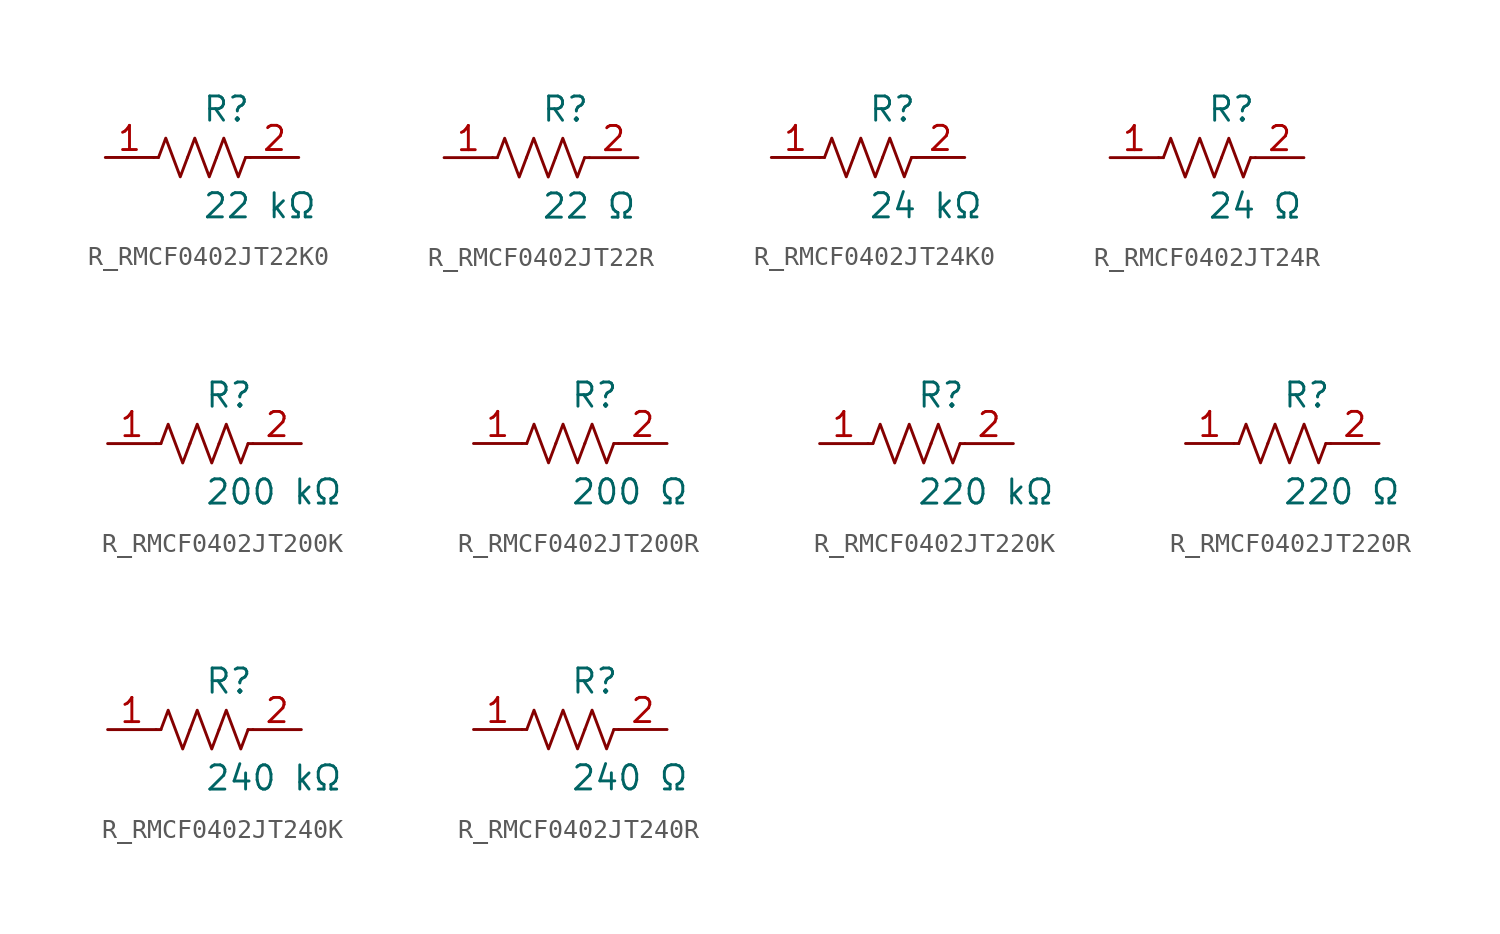
<source format=kicad_sym>
(kicad_symbol_lib
  (version 20231120)
  (generator kicad_symbol_editor)
  (generator_version 8.0)
  (symbol "R_RMCF0402JT22K0"
    (pin_names
      (offset 0.254))
    (property "Reference" "R"
      (at 0 2.54 0)
      (effects (font (size 1.27 1.27)) (justify left)))
    (property "Value" "22 kΩ"
      (at 0 -2.54 0)
      (effects (font (size 1.27 1.27)) (justify left)))
    (symbol "R_RMCF0402JT22K0_0_1"
      (polyline (pts (xy 2.286 0) (xy 2.54 0)) (stroke (width 0) (type default)) (fill (type none)))
      (polyline (pts (xy -2.286 0) (xy -2.54 0)) (stroke (width 0) (type default)) (fill (type none)))
      (polyline (pts (xy 0.762 0) (xy 1.143 1.016) (xy 1.524 0) (xy 1.905 -1.016) (xy 2.286 0)) (stroke (width 0) (type default)) (fill (type none)))
      (polyline (pts (xy -0.762 0) (xy -0.381 1.016) (xy 0 0) (xy 0.381 -1.016) (xy 0.762 0)) (stroke (width 0) (type default)) (fill (type none)))
      (polyline (pts (xy -2.286 0) (xy -1.905 1.016) (xy -1.524 0) (xy -1.143 -1.016) (xy -0.762 0)) (stroke (width 0) (type default)) (fill (type none))))
    (pin unspecified line
      (at -5.08 0 0)
      (length 2.54)
      (name "" (effects (font (size 1.27 1.27))))
      (number "1" (effects (font (size 1.27 1.27)))))
    (pin unspecified line
      (at 5.08 0 180)
      (length 2.54)
      (name "" (effects (font (size 1.27 1.27))))
      (number "2" (effects (font (size 1.27 1.27))))))
  (symbol "R_RMCF0402JT22R"
    (pin_names
      (offset 0.254))
    (property "Reference" "R"
      (at 0 2.54 0)
      (effects (font (size 1.27 1.27)) (justify left)))
    (property "Value" "22 Ω"
      (at 0 -2.54 0)
      (effects (font (size 1.27 1.27)) (justify left)))
    (symbol "R_RMCF0402JT22R_0_1"
      (polyline (pts (xy 2.286 0) (xy 2.54 0)) (stroke (width 0) (type default)) (fill (type none)))
      (polyline (pts (xy -2.286 0) (xy -2.54 0)) (stroke (width 0) (type default)) (fill (type none)))
      (polyline (pts (xy 0.762 0) (xy 1.143 1.016) (xy 1.524 0) (xy 1.905 -1.016) (xy 2.286 0)) (stroke (width 0) (type default)) (fill (type none)))
      (polyline (pts (xy -0.762 0) (xy -0.381 1.016) (xy 0 0) (xy 0.381 -1.016) (xy 0.762 0)) (stroke (width 0) (type default)) (fill (type none)))
      (polyline (pts (xy -2.286 0) (xy -1.905 1.016) (xy -1.524 0) (xy -1.143 -1.016) (xy -0.762 0)) (stroke (width 0) (type default)) (fill (type none))))
    (pin unspecified line
      (at -5.08 0 0)
      (length 2.54)
      (name "" (effects (font (size 1.27 1.27))))
      (number "1" (effects (font (size 1.27 1.27)))))
    (pin unspecified line
      (at 5.08 0 180)
      (length 2.54)
      (name "" (effects (font (size 1.27 1.27))))
      (number "2" (effects (font (size 1.27 1.27))))))
  (symbol "R_RMCF0402JT24K0"
    (pin_names
      (offset 0.254))
    (property "Reference" "R"
      (at 0 2.54 0)
      (effects (font (size 1.27 1.27)) (justify left)))
    (property "Value" "24 kΩ"
      (at 0 -2.54 0)
      (effects (font (size 1.27 1.27)) (justify left)))
    (symbol "R_RMCF0402JT24K0_0_1"
      (polyline (pts (xy 2.286 0) (xy 2.54 0)) (stroke (width 0) (type default)) (fill (type none)))
      (polyline (pts (xy -2.286 0) (xy -2.54 0)) (stroke (width 0) (type default)) (fill (type none)))
      (polyline (pts (xy 0.762 0) (xy 1.143 1.016) (xy 1.524 0) (xy 1.905 -1.016) (xy 2.286 0)) (stroke (width 0) (type default)) (fill (type none)))
      (polyline (pts (xy -0.762 0) (xy -0.381 1.016) (xy 0 0) (xy 0.381 -1.016) (xy 0.762 0)) (stroke (width 0) (type default)) (fill (type none)))
      (polyline (pts (xy -2.286 0) (xy -1.905 1.016) (xy -1.524 0) (xy -1.143 -1.016) (xy -0.762 0)) (stroke (width 0) (type default)) (fill (type none))))
    (pin unspecified line
      (at -5.08 0 0)
      (length 2.54)
      (name "" (effects (font (size 1.27 1.27))))
      (number "1" (effects (font (size 1.27 1.27)))))
    (pin unspecified line
      (at 5.08 0 180)
      (length 2.54)
      (name "" (effects (font (size 1.27 1.27))))
      (number "2" (effects (font (size 1.27 1.27))))))
  (symbol "R_RMCF0402JT24R"
    (pin_names
      (offset 0.254))
    (property "Reference" "R"
      (at 0 2.54 0)
      (effects (font (size 1.27 1.27)) (justify left)))
    (property "Value" "24 Ω"
      (at 0 -2.54 0)
      (effects (font (size 1.27 1.27)) (justify left)))
    (symbol "R_RMCF0402JT24R_0_1"
      (polyline (pts (xy 2.286 0) (xy 2.54 0)) (stroke (width 0) (type default)) (fill (type none)))
      (polyline (pts (xy -2.286 0) (xy -2.54 0)) (stroke (width 0) (type default)) (fill (type none)))
      (polyline (pts (xy 0.762 0) (xy 1.143 1.016) (xy 1.524 0) (xy 1.905 -1.016) (xy 2.286 0)) (stroke (width 0) (type default)) (fill (type none)))
      (polyline (pts (xy -0.762 0) (xy -0.381 1.016) (xy 0 0) (xy 0.381 -1.016) (xy 0.762 0)) (stroke (width 0) (type default)) (fill (type none)))
      (polyline (pts (xy -2.286 0) (xy -1.905 1.016) (xy -1.524 0) (xy -1.143 -1.016) (xy -0.762 0)) (stroke (width 0) (type default)) (fill (type none))))
    (pin unspecified line
      (at -5.08 0 0)
      (length 2.54)
      (name "" (effects (font (size 1.27 1.27))))
      (number "1" (effects (font (size 1.27 1.27)))))
    (pin unspecified line
      (at 5.08 0 180)
      (length 2.54)
      (name "" (effects (font (size 1.27 1.27))))
      (number "2" (effects (font (size 1.27 1.27))))))
  (symbol "R_RMCF0402JT200K"
    (pin_names
      (offset 0.254))
    (property "Reference" "R"
      (at 0 2.54 0)
      (effects (font (size 1.27 1.27)) (justify left)))
    (property "Value" "200 kΩ"
      (at 0 -2.54 0)
      (effects (font (size 1.27 1.27)) (justify left)))
    (symbol "R_RMCF0402JT200K_0_1"
      (polyline (pts (xy 2.286 0) (xy 2.54 0)) (stroke (width 0) (type default)) (fill (type none)))
      (polyline (pts (xy -2.286 0) (xy -2.54 0)) (stroke (width 0) (type default)) (fill (type none)))
      (polyline (pts (xy 0.762 0) (xy 1.143 1.016) (xy 1.524 0) (xy 1.905 -1.016) (xy 2.286 0)) (stroke (width 0) (type default)) (fill (type none)))
      (polyline (pts (xy -0.762 0) (xy -0.381 1.016) (xy 0 0) (xy 0.381 -1.016) (xy 0.762 0)) (stroke (width 0) (type default)) (fill (type none)))
      (polyline (pts (xy -2.286 0) (xy -1.905 1.016) (xy -1.524 0) (xy -1.143 -1.016) (xy -0.762 0)) (stroke (width 0) (type default)) (fill (type none))))
    (pin unspecified line
      (at -5.08 0 0)
      (length 2.54)
      (name "" (effects (font (size 1.27 1.27))))
      (number "1" (effects (font (size 1.27 1.27)))))
    (pin unspecified line
      (at 5.08 0 180)
      (length 2.54)
      (name "" (effects (font (size 1.27 1.27))))
      (number "2" (effects (font (size 1.27 1.27))))))
  (symbol "R_RMCF0402JT200R"
    (pin_names
      (offset 0.254))
    (property "Reference" "R"
      (at 0 2.54 0)
      (effects (font (size 1.27 1.27)) (justify left)))
    (property "Value" "200 Ω"
      (at 0 -2.54 0)
      (effects (font (size 1.27 1.27)) (justify left)))
    (symbol "R_RMCF0402JT200R_0_1"
      (polyline (pts (xy 2.286 0) (xy 2.54 0)) (stroke (width 0) (type default)) (fill (type none)))
      (polyline (pts (xy -2.286 0) (xy -2.54 0)) (stroke (width 0) (type default)) (fill (type none)))
      (polyline (pts (xy 0.762 0) (xy 1.143 1.016) (xy 1.524 0) (xy 1.905 -1.016) (xy 2.286 0)) (stroke (width 0) (type default)) (fill (type none)))
      (polyline (pts (xy -0.762 0) (xy -0.381 1.016) (xy 0 0) (xy 0.381 -1.016) (xy 0.762 0)) (stroke (width 0) (type default)) (fill (type none)))
      (polyline (pts (xy -2.286 0) (xy -1.905 1.016) (xy -1.524 0) (xy -1.143 -1.016) (xy -0.762 0)) (stroke (width 0) (type default)) (fill (type none))))
    (pin unspecified line
      (at -5.08 0 0)
      (length 2.54)
      (name "" (effects (font (size 1.27 1.27))))
      (number "1" (effects (font (size 1.27 1.27)))))
    (pin unspecified line
      (at 5.08 0 180)
      (length 2.54)
      (name "" (effects (font (size 1.27 1.27))))
      (number "2" (effects (font (size 1.27 1.27))))))
  (symbol "R_RMCF0402JT220K"
    (pin_names
      (offset 0.254))
    (property "Reference" "R"
      (at 0 2.54 0)
      (effects (font (size 1.27 1.27)) (justify left)))
    (property "Value" "220 kΩ"
      (at 0 -2.54 0)
      (effects (font (size 1.27 1.27)) (justify left)))
    (symbol "R_RMCF0402JT220K_0_1"
      (polyline (pts (xy 2.286 0) (xy 2.54 0)) (stroke (width 0) (type default)) (fill (type none)))
      (polyline (pts (xy -2.286 0) (xy -2.54 0)) (stroke (width 0) (type default)) (fill (type none)))
      (polyline (pts (xy 0.762 0) (xy 1.143 1.016) (xy 1.524 0) (xy 1.905 -1.016) (xy 2.286 0)) (stroke (width 0) (type default)) (fill (type none)))
      (polyline (pts (xy -0.762 0) (xy -0.381 1.016) (xy 0 0) (xy 0.381 -1.016) (xy 0.762 0)) (stroke (width 0) (type default)) (fill (type none)))
      (polyline (pts (xy -2.286 0) (xy -1.905 1.016) (xy -1.524 0) (xy -1.143 -1.016) (xy -0.762 0)) (stroke (width 0) (type default)) (fill (type none))))
    (pin unspecified line
      (at -5.08 0 0)
      (length 2.54)
      (name "" (effects (font (size 1.27 1.27))))
      (number "1" (effects (font (size 1.27 1.27)))))
    (pin unspecified line
      (at 5.08 0 180)
      (length 2.54)
      (name "" (effects (font (size 1.27 1.27))))
      (number "2" (effects (font (size 1.27 1.27))))))
  (symbol "R_RMCF0402JT220R"
    (pin_names
      (offset 0.254))
    (property "Reference" "R"
      (at 0 2.54 0)
      (effects (font (size 1.27 1.27)) (justify left)))
    (property "Value" "220 Ω"
      (at 0 -2.54 0)
      (effects (font (size 1.27 1.27)) (justify left)))
    (symbol "R_RMCF0402JT220R_0_1"
      (polyline (pts (xy 2.286 0) (xy 2.54 0)) (stroke (width 0) (type default)) (fill (type none)))
      (polyline (pts (xy -2.286 0) (xy -2.54 0)) (stroke (width 0) (type default)) (fill (type none)))
      (polyline (pts (xy 0.762 0) (xy 1.143 1.016) (xy 1.524 0) (xy 1.905 -1.016) (xy 2.286 0)) (stroke (width 0) (type default)) (fill (type none)))
      (polyline (pts (xy -0.762 0) (xy -0.381 1.016) (xy 0 0) (xy 0.381 -1.016) (xy 0.762 0)) (stroke (width 0) (type default)) (fill (type none)))
      (polyline (pts (xy -2.286 0) (xy -1.905 1.016) (xy -1.524 0) (xy -1.143 -1.016) (xy -0.762 0)) (stroke (width 0) (type default)) (fill (type none))))
    (pin unspecified line
      (at -5.08 0 0)
      (length 2.54)
      (name "" (effects (font (size 1.27 1.27))))
      (number "1" (effects (font (size 1.27 1.27)))))
    (pin unspecified line
      (at 5.08 0 180)
      (length 2.54)
      (name "" (effects (font (size 1.27 1.27))))
      (number "2" (effects (font (size 1.27 1.27))))))
  (symbol "R_RMCF0402JT240K"
    (pin_names
      (offset 0.254))
    (property "Reference" "R"
      (at 0 2.54 0)
      (effects (font (size 1.27 1.27)) (justify left)))
    (property "Value" "240 kΩ"
      (at 0 -2.54 0)
      (effects (font (size 1.27 1.27)) (justify left)))
    (symbol "R_RMCF0402JT240K_0_1"
      (polyline (pts (xy 2.286 0) (xy 2.54 0)) (stroke (width 0) (type default)) (fill (type none)))
      (polyline (pts (xy -2.286 0) (xy -2.54 0)) (stroke (width 0) (type default)) (fill (type none)))
      (polyline (pts (xy 0.762 0) (xy 1.143 1.016) (xy 1.524 0) (xy 1.905 -1.016) (xy 2.286 0)) (stroke (width 0) (type default)) (fill (type none)))
      (polyline (pts (xy -0.762 0) (xy -0.381 1.016) (xy 0 0) (xy 0.381 -1.016) (xy 0.762 0)) (stroke (width 0) (type default)) (fill (type none)))
      (polyline (pts (xy -2.286 0) (xy -1.905 1.016) (xy -1.524 0) (xy -1.143 -1.016) (xy -0.762 0)) (stroke (width 0) (type default)) (fill (type none))))
    (pin unspecified line
      (at -5.08 0 0)
      (length 2.54)
      (name "" (effects (font (size 1.27 1.27))))
      (number "1" (effects (font (size 1.27 1.27)))))
    (pin unspecified line
      (at 5.08 0 180)
      (length 2.54)
      (name "" (effects (font (size 1.27 1.27))))
      (number "2" (effects (font (size 1.27 1.27))))))
  (symbol "R_RMCF0402JT240R"
    (pin_names
      (offset 0.254))
    (property "Reference" "R"
      (at 0 2.54 0)
      (effects (font (size 1.27 1.27)) (justify left)))
    (property "Value" "240 Ω"
      (at 0 -2.54 0)
      (effects (font (size 1.27 1.27)) (justify left)))
    (symbol "R_RMCF0402JT240R_0_1"
      (polyline (pts (xy 2.286 0) (xy 2.54 0)) (stroke (width 0) (type default)) (fill (type none)))
      (polyline (pts (xy -2.286 0) (xy -2.54 0)) (stroke (width 0) (type default)) (fill (type none)))
      (polyline (pts (xy 0.762 0) (xy 1.143 1.016) (xy 1.524 0) (xy 1.905 -1.016) (xy 2.286 0)) (stroke (width 0) (type default)) (fill (type none)))
      (polyline (pts (xy -0.762 0) (xy -0.381 1.016) (xy 0 0) (xy 0.381 -1.016) (xy 0.762 0)) (stroke (width 0) (type default)) (fill (type none)))
      (polyline (pts (xy -2.286 0) (xy -1.905 1.016) (xy -1.524 0) (xy -1.143 -1.016) (xy -0.762 0)) (stroke (width 0) (type default)) (fill (type none))))
    (pin unspecified line
      (at -5.08 0 0)
      (length 2.54)
      (name "" (effects (font (size 1.27 1.27))))
      (number "1" (effects (font (size 1.27 1.27)))))
    (pin unspecified line
      (at 5.08 0 180)
      (length 2.54)
      (name "" (effects (font (size 1.27 1.27))))
      (number "2" (effects (font (size 1.27 1.27)))))))
</source>
